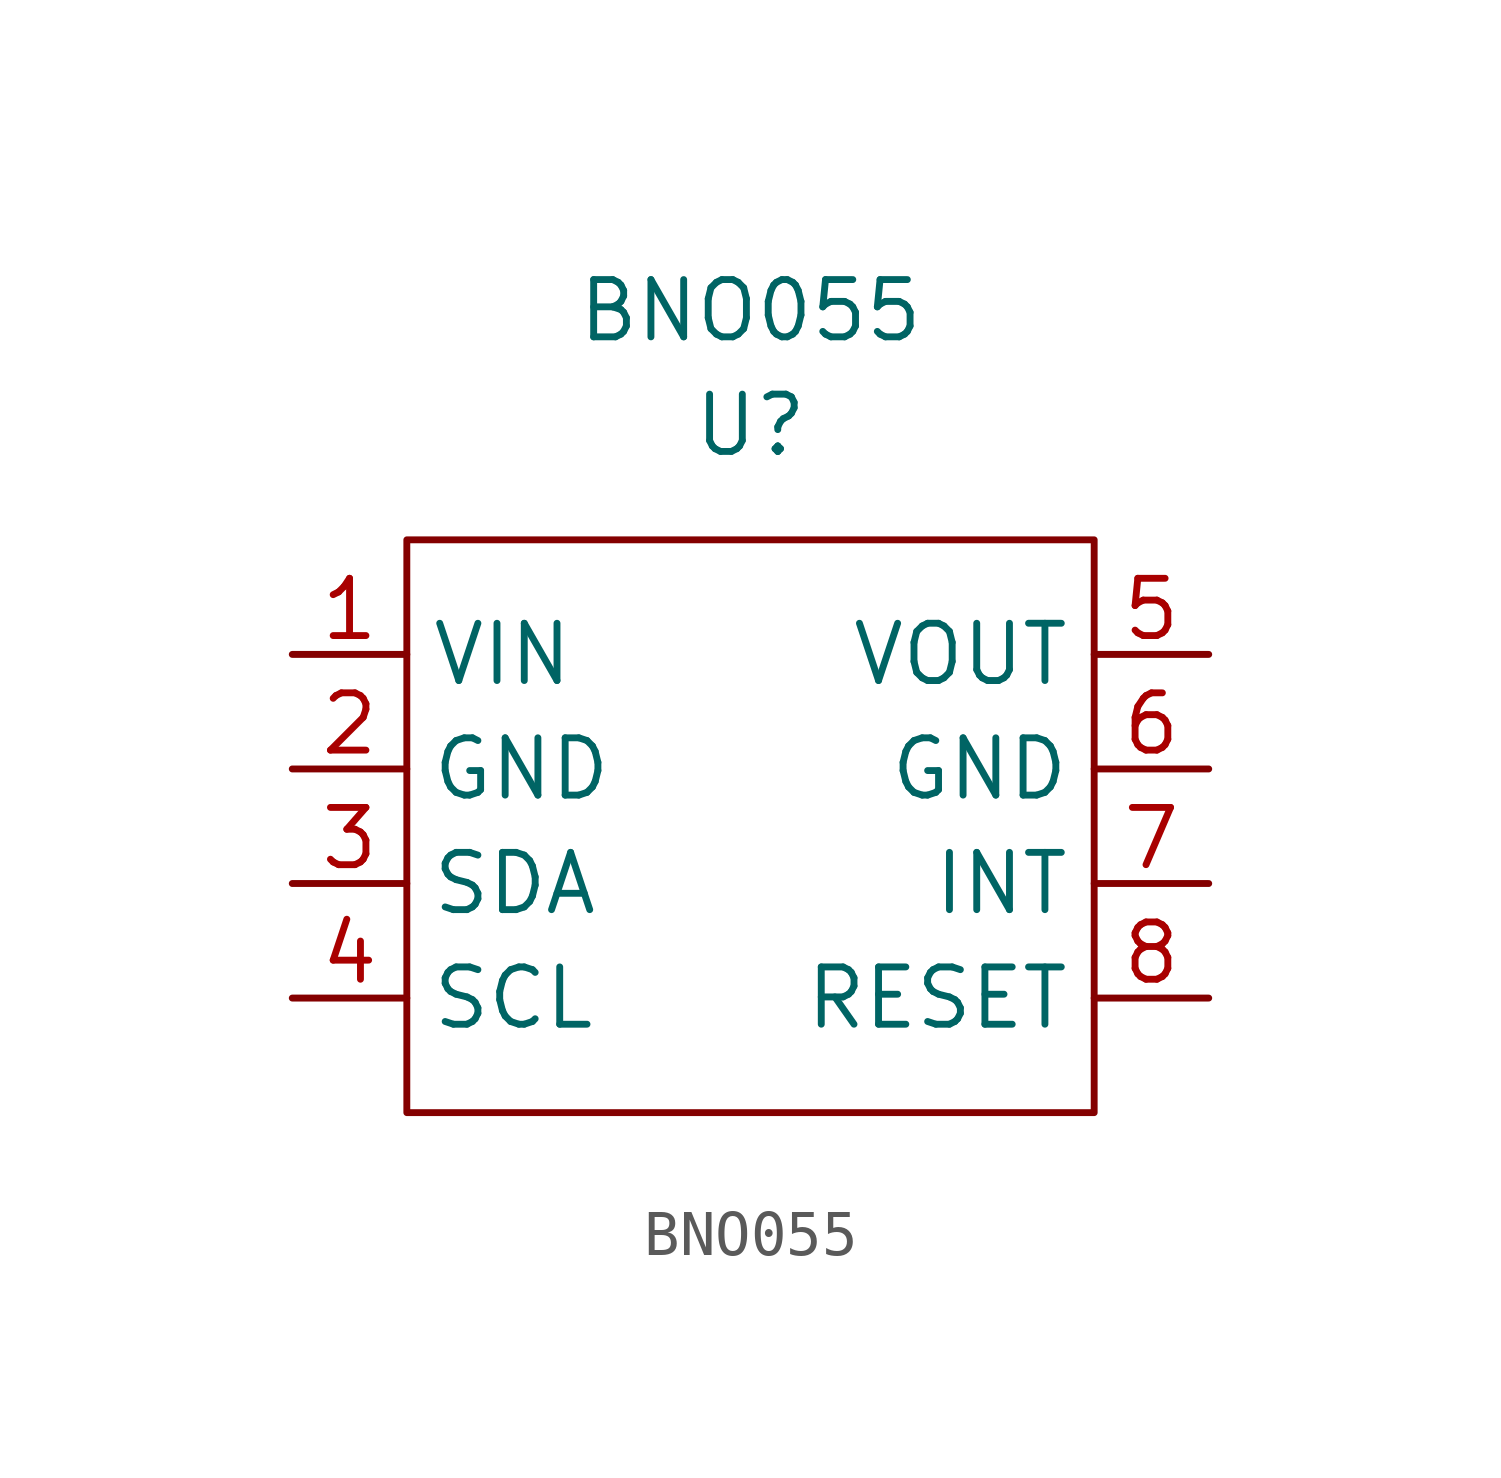
<source format=kicad_sym>
(kicad_symbol_lib
  (version 20211014)
  (generator kicad_symbol_editor)
  (symbol "BNO055"
    (property "Reference" "U"
      (at 0 0 0)
      (effects (font (size 1.27 1.27))))
    (property "Value" "BNO055"
      (at 0 2.54 0)
      (effects (font (size 1.27 1.27))))
    (symbol "BNO055_0_1"
      (rectangle (start -7.62 -2.54) (end 7.62 -15.24) (stroke (width 0) (type default) (color 0 0 0 0)) (fill (type none))))
    (symbol "BNO055_1_1"
      (pin input line (at -10.16 -5.08 0) (length 2.54) (name "VIN" (effects (font (size 1.27 1.27)))) (number "1" (effects (font (size 1.27 1.27)))))
      (pin input line (at -10.16 -7.62 0) (length 2.54) (name "GND" (effects (font (size 1.27 1.27)))) (number "2" (effects (font (size 1.27 1.27)))))
      (pin input line (at -10.16 -10.16 0) (length 2.54) (name "SDA" (effects (font (size 1.27 1.27)))) (number "3" (effects (font (size 1.27 1.27)))))
      (pin input line (at -10.16 -12.7 0) (length 2.54) (name "SCL" (effects (font (size 1.27 1.27)))) (number "4" (effects (font (size 1.27 1.27)))))
      (pin input line (at 10.16 -5.08 180) (length 2.54) (name "VOUT" (effects (font (size 1.27 1.27)))) (number "5" (effects (font (size 1.27 1.27)))))
      (pin input line (at 10.16 -7.62 180) (length 2.54) (name "GND" (effects (font (size 1.27 1.27)))) (number "6" (effects (font (size 1.27 1.27)))))
      (pin input line (at 10.16 -10.16 180) (length 2.54) (name "INT" (effects (font (size 1.27 1.27)))) (number "7" (effects (font (size 1.27 1.27)))))
      (pin input line (at 10.16 -12.7 180) (length 2.54) (name "RESET" (effects (font (size 1.27 1.27)))) (number "8" (effects (font (size 1.27 1.27))))))))
</source>
